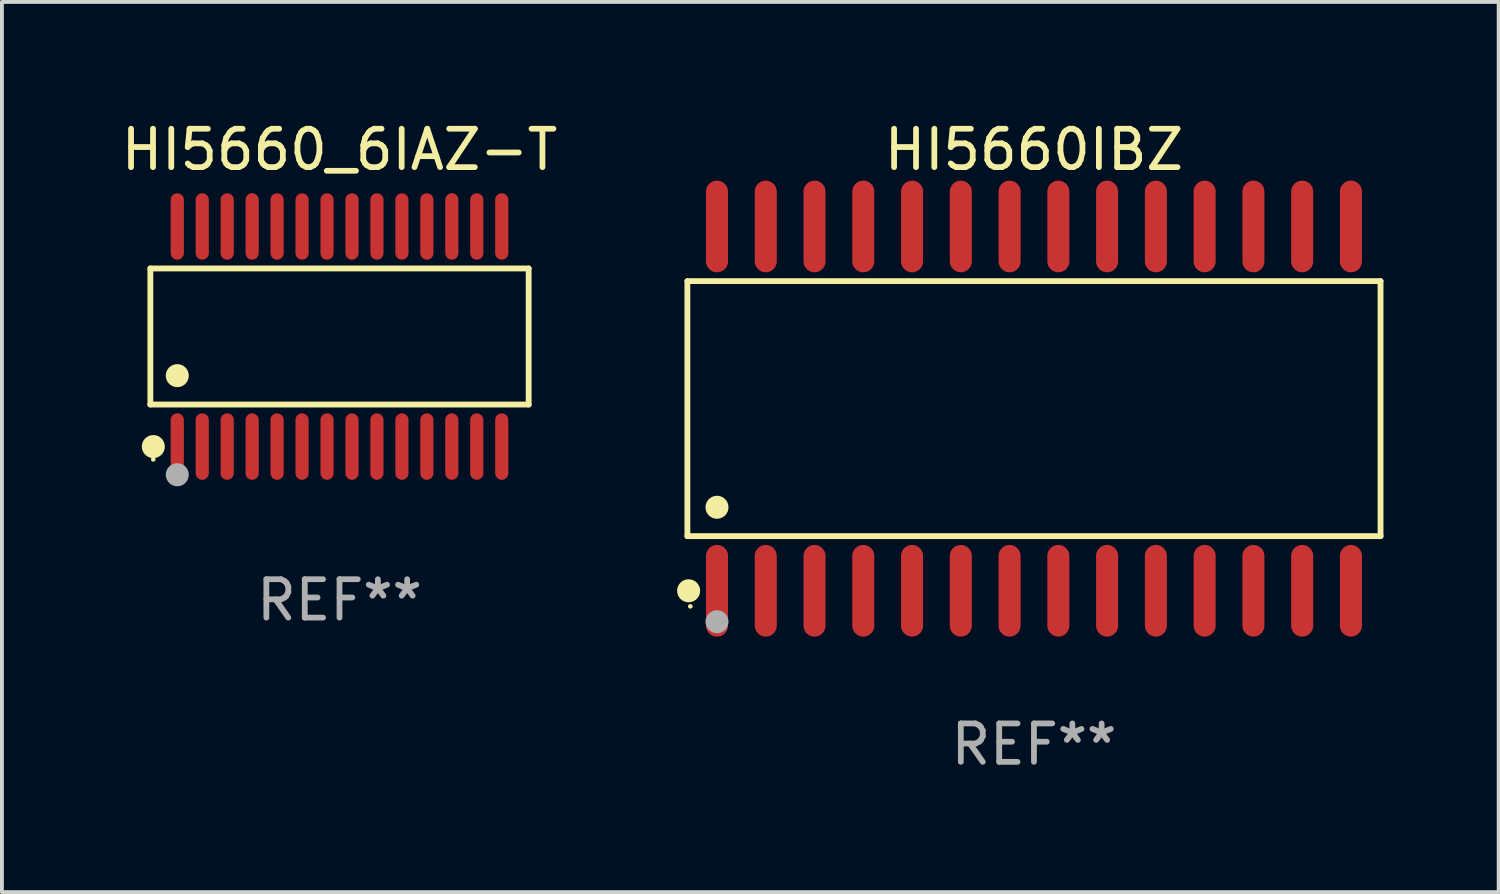
<source format=kicad_pcb>
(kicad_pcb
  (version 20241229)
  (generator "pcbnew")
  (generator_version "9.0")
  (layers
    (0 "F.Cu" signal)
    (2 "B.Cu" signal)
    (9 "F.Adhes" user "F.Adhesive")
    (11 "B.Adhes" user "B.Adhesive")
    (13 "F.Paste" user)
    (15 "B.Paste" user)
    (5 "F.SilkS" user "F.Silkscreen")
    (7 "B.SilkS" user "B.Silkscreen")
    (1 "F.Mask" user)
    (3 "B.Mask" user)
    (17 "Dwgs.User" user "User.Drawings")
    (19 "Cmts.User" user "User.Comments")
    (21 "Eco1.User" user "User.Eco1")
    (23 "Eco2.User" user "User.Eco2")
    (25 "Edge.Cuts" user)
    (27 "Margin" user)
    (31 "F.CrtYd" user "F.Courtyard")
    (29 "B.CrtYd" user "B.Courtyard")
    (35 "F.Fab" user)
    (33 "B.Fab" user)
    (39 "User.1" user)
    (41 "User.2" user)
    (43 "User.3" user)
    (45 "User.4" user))
  (footprint "HI5660_6IAZ-T"
    (layer "F.Cu")
    (at 5.792 5.714)
    (property "Reference" "HI5660_6IAZ-T" (at 0 -4.866 0) (layer "F.SilkS") (effects (font (size 1 1) (thickness 0.15))))
    (attr through_hole)
    (fp_line (start -4.926 -1.772) (end 4.926 -1.772) (stroke (width 0.152) (type solid)) (layer "F.SilkS"))
    (fp_line (start -4.926 1.771) (end -4.926 -1.772) (stroke (width 0.152) (type solid)) (layer "F.SilkS"))
    (fp_line (start 4.926 -1.772) (end 4.926 1.771) (stroke (width 0.152) (type solid)) (layer "F.SilkS"))
    (fp_line (start 4.926 1.771) (end -4.926 1.771) (stroke (width 0.152) (type solid)) (layer "F.SilkS"))
    (fp_circle (center -4.85 3.2) (end -4.82 3.2) (stroke (width 0.06) (type solid)) (fill no) (layer "F.SilkS"))
    (fp_circle (center -4.849 2.866) (end -4.699 2.866) (stroke (width 0.3) (type solid)) (fill no) (layer "F.SilkS"))
    (fp_circle (center -4.225 1.019) (end -4.075 1.019) (stroke (width 0.3) (type solid)) (fill no) (layer "F.SilkS"))
    (fp_circle (center -4.225 3.6) (end -4.075 3.6) (stroke (width 0.3) (type solid)) (fill no) (layer "F.Fab"))
    (fp_text user "REF**" (at 0 6.866 0) (layer "F.Fab") (effects (font (size 1 1) (thickness 0.15))))
    (pad "1" smd oval (at -4.225 2.866) (size 0.343 1.731) (layers "F.Cu" "F.Mask" "F.Paste"))
    (pad "2" smd oval (at -3.575 2.866) (size 0.343 1.731) (layers "F.Cu" "F.Mask" "F.Paste"))
    (pad "3" smd oval (at -2.925 2.866) (size 0.343 1.731) (layers "F.Cu" "F.Mask" "F.Paste"))
    (pad "4" smd oval (at -2.275 2.866) (size 0.343 1.731) (layers "F.Cu" "F.Mask" "F.Paste"))
    (pad "5" smd oval (at -1.625 2.866) (size 0.343 1.731) (layers "F.Cu" "F.Mask" "F.Paste"))
    (pad "6" smd oval (at -0.975 2.866) (size 0.343 1.731) (layers "F.Cu" "F.Mask" "F.Paste"))
    (pad "7" smd oval (at -0.325 2.866) (size 0.343 1.731) (layers "F.Cu" "F.Mask" "F.Paste"))
    (pad "8" smd oval (at 0.325 2.866) (size 0.343 1.731) (layers "F.Cu" "F.Mask" "F.Paste"))
    (pad "9" smd oval (at 0.975 2.866) (size 0.343 1.731) (layers "F.Cu" "F.Mask" "F.Paste"))
    (pad "10" smd oval (at 1.625 2.866) (size 0.343 1.731) (layers "F.Cu" "F.Mask" "F.Paste"))
    (pad "11" smd oval (at 2.275 2.866) (size 0.343 1.731) (layers "F.Cu" "F.Mask" "F.Paste"))
    (pad "12" smd oval (at 2.925 2.866) (size 0.343 1.731) (layers "F.Cu" "F.Mask" "F.Paste"))
    (pad "13" smd oval (at 3.575 2.866) (size 0.343 1.731) (layers "F.Cu" "F.Mask" "F.Paste"))
    (pad "14" smd oval (at 4.225 2.866) (size 0.343 1.731) (layers "F.Cu" "F.Mask" "F.Paste"))
    (pad "15" smd oval (at 4.225 -2.866) (size 0.343 1.731) (layers "F.Cu" "F.Mask" "F.Paste"))
    (pad "16" smd oval (at 3.575 -2.866) (size 0.343 1.731) (layers "F.Cu" "F.Mask" "F.Paste"))
    (pad "17" smd oval (at 2.925 -2.866) (size 0.343 1.731) (layers "F.Cu" "F.Mask" "F.Paste"))
    (pad "18" smd oval (at 2.275 -2.866) (size 0.343 1.731) (layers "F.Cu" "F.Mask" "F.Paste"))
    (pad "19" smd oval (at 1.625 -2.866) (size 0.343 1.731) (layers "F.Cu" "F.Mask" "F.Paste"))
    (pad "20" smd oval (at 0.975 -2.866) (size 0.343 1.731) (layers "F.Cu" "F.Mask" "F.Paste"))
    (pad "21" smd oval (at 0.325 -2.866) (size 0.343 1.731) (layers "F.Cu" "F.Mask" "F.Paste"))
    (pad "22" smd oval (at -0.325 -2.866) (size 0.343 1.731) (layers "F.Cu" "F.Mask" "F.Paste"))
    (pad "23" smd oval (at -0.975 -2.866) (size 0.343 1.731) (layers "F.Cu" "F.Mask" "F.Paste"))
    (pad "24" smd oval (at -1.625 -2.866) (size 0.343 1.731) (layers "F.Cu" "F.Mask" "F.Paste"))
    (pad "25" smd oval (at -2.275 -2.866) (size 0.343 1.731) (layers "F.Cu" "F.Mask" "F.Paste"))
    (pad "26" smd oval (at -2.925 -2.866) (size 0.343 1.731) (layers "F.Cu" "F.Mask" "F.Paste"))
    (pad "27" smd oval (at -3.575 -2.866) (size 0.343 1.731) (layers "F.Cu" "F.Mask" "F.Paste"))
    (pad "28" smd oval (at -4.225 -2.866) (size 0.343 1.731) (layers "F.Cu" "F.Mask" "F.Paste")))
  (footprint "HI5660IBZ"
    (layer "F.Cu")
    (at 23.878 7.592)
    (property "Reference" "HI5660IBZ" (at 0 -6.744 0) (layer "F.SilkS") (effects (font (size 1 1) (thickness 0.15))))
    (attr through_hole)
    (fp_line (start -9.026 -3.321) (end 9.026 -3.321) (stroke (width 0.152) (type solid)) (layer "F.SilkS"))
    (fp_line (start -9.026 3.321) (end -9.026 -3.321) (stroke (width 0.152) (type solid)) (layer "F.SilkS"))
    (fp_line (start 9.026 -3.321) (end 9.026 3.321) (stroke (width 0.152) (type solid)) (layer "F.SilkS"))
    (fp_line (start 9.026 3.321) (end -9.026 3.321) (stroke (width 0.152) (type solid)) (layer "F.SilkS"))
    (fp_circle (center -8.994 4.744) (end -8.844 4.744) (stroke (width 0.3) (type solid)) (fill no) (layer "F.SilkS"))
    (fp_circle (center -8.95 5.15) (end -8.92 5.15) (stroke (width 0.06) (type solid)) (fill no) (layer "F.SilkS"))
    (fp_circle (center -8.255 2.569) (end -8.105 2.569) (stroke (width 0.3) (type solid)) (fill no) (layer "F.SilkS"))
    (fp_circle (center -8.255 5.55) (end -8.105 5.55) (stroke (width 0.3) (type solid)) (fill no) (layer "F.Fab"))
    (fp_text user "REF**" (at 0 8.744 0) (layer "F.Fab") (effects (font (size 1 1) (thickness 0.15))))
    (pad "1" smd oval (at -8.255 4.744) (size 0.574 2.388) (layers "F.Cu" "F.Mask" "F.Paste"))
    (pad "2" smd oval (at -6.985 4.744) (size 0.574 2.388) (layers "F.Cu" "F.Mask" "F.Paste"))
    (pad "3" smd oval (at -5.715 4.744) (size 0.574 2.388) (layers "F.Cu" "F.Mask" "F.Paste"))
    (pad "4" smd oval (at -4.445 4.744) (size 0.574 2.388) (layers "F.Cu" "F.Mask" "F.Paste"))
    (pad "5" smd oval (at -3.175 4.744) (size 0.574 2.388) (layers "F.Cu" "F.Mask" "F.Paste"))
    (pad "6" smd oval (at -1.905 4.744) (size 0.574 2.388) (layers "F.Cu" "F.Mask" "F.Paste"))
    (pad "7" smd oval (at -0.635 4.744) (size 0.574 2.388) (layers "F.Cu" "F.Mask" "F.Paste"))
    (pad "8" smd oval (at 0.635 4.744) (size 0.574 2.388) (layers "F.Cu" "F.Mask" "F.Paste"))
    (pad "9" smd oval (at 1.905 4.744) (size 0.574 2.388) (layers "F.Cu" "F.Mask" "F.Paste"))
    (pad "10" smd oval (at 3.175 4.744) (size 0.574 2.388) (layers "F.Cu" "F.Mask" "F.Paste"))
    (pad "11" smd oval (at 4.445 4.744) (size 0.574 2.388) (layers "F.Cu" "F.Mask" "F.Paste"))
    (pad "12" smd oval (at 5.715 4.744) (size 0.574 2.388) (layers "F.Cu" "F.Mask" "F.Paste"))
    (pad "13" smd oval (at 6.985 4.744) (size 0.574 2.388) (layers "F.Cu" "F.Mask" "F.Paste"))
    (pad "14" smd oval (at 8.255 4.744) (size 0.574 2.388) (layers "F.Cu" "F.Mask" "F.Paste"))
    (pad "15" smd oval (at 8.255 -4.744) (size 0.574 2.388) (layers "F.Cu" "F.Mask" "F.Paste"))
    (pad "16" smd oval (at 6.985 -4.744) (size 0.574 2.388) (layers "F.Cu" "F.Mask" "F.Paste"))
    (pad "17" smd oval (at 5.715 -4.744) (size 0.574 2.388) (layers "F.Cu" "F.Mask" "F.Paste"))
    (pad "18" smd oval (at 4.445 -4.744) (size 0.574 2.388) (layers "F.Cu" "F.Mask" "F.Paste"))
    (pad "19" smd oval (at 3.175 -4.744) (size 0.574 2.388) (layers "F.Cu" "F.Mask" "F.Paste"))
    (pad "20" smd oval (at 1.905 -4.744) (size 0.574 2.388) (layers "F.Cu" "F.Mask" "F.Paste"))
    (pad "21" smd oval (at 0.635 -4.744) (size 0.574 2.388) (layers "F.Cu" "F.Mask" "F.Paste"))
    (pad "22" smd oval (at -0.635 -4.744) (size 0.574 2.388) (layers "F.Cu" "F.Mask" "F.Paste"))
    (pad "23" smd oval (at -1.905 -4.744) (size 0.574 2.388) (layers "F.Cu" "F.Mask" "F.Paste"))
    (pad "24" smd oval (at -3.175 -4.744) (size 0.574 2.388) (layers "F.Cu" "F.Mask" "F.Paste"))
    (pad "25" smd oval (at -4.445 -4.744) (size 0.574 2.388) (layers "F.Cu" "F.Mask" "F.Paste"))
    (pad "26" smd oval (at -5.715 -4.744) (size 0.574 2.388) (layers "F.Cu" "F.Mask" "F.Paste"))
    (pad "27" smd oval (at -6.985 -4.744) (size 0.574 2.388) (layers "F.Cu" "F.Mask" "F.Paste"))
    (pad "28" smd oval (at -8.255 -4.744) (size 0.574 2.388) (layers "F.Cu" "F.Mask" "F.Paste")))
  (gr_rect
    (start -3 -3)
    (end 35.98 20.184)
    (stroke (width 0.1) (type default))
    (fill no)
    (layer "Edge.Cuts")))
</source>
